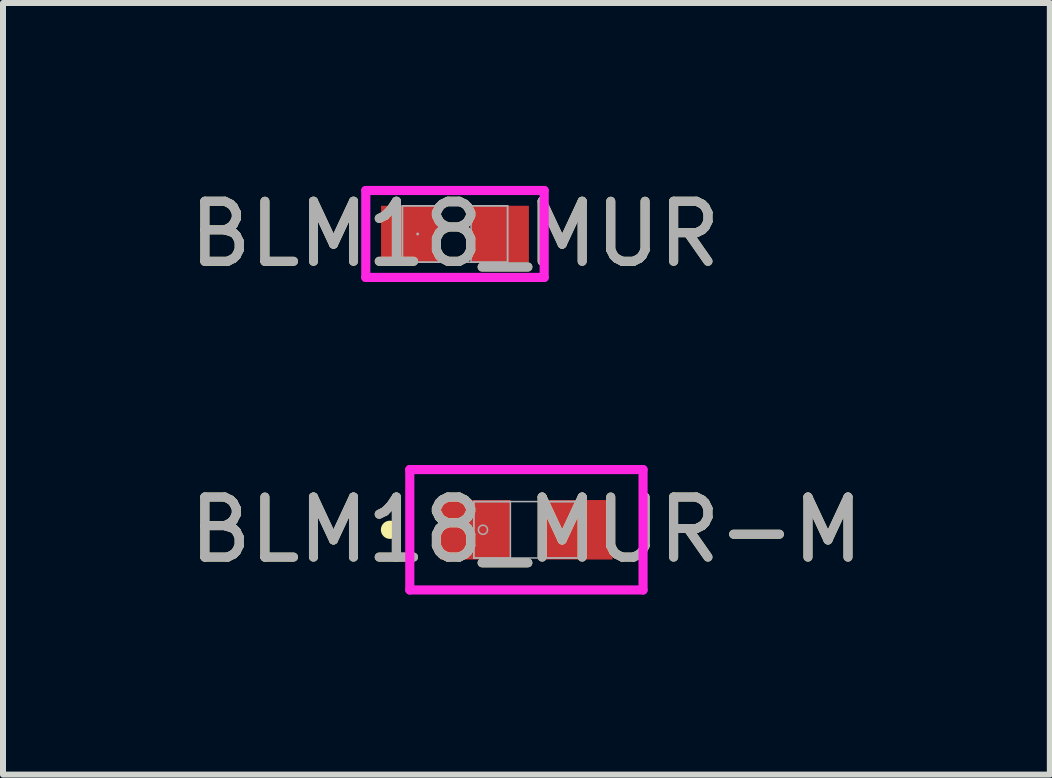
<source format=kicad_pcb>
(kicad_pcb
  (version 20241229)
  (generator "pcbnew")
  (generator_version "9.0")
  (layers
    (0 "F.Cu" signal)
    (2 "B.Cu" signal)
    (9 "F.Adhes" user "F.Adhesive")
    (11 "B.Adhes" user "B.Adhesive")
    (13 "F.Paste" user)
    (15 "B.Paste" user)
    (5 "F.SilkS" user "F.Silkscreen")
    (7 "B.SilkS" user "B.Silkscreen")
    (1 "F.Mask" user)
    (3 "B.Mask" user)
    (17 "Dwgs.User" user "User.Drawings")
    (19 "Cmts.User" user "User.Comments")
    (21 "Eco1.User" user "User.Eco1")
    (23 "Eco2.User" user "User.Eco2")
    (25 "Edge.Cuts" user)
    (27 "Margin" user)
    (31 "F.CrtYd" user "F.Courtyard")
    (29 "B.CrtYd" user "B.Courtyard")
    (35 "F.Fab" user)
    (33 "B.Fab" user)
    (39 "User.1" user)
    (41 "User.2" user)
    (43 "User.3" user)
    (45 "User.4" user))
  (footprint "BLM18_MUR"
    (layer "F.Cu")
    (at 4.53 0.848)
    (property "Reference" "BLM18_MUR" (at 0 0 0) (unlocked yes) (layer "F.SilkS") (effects (font (size 1 1) (thickness 0.15))))
    (attr smd)
    (fp_line (start -1.486 -0.724) (end 1.486 -0.724) (stroke (width 0.152) (type solid)) (layer "F.CrtYd"))
    (fp_line (start -1.486 0.724) (end -1.486 -0.724) (stroke (width 0.152) (type solid)) (layer "F.CrtYd"))
    (fp_line (start 1.486 -0.724) (end 1.486 0.724) (stroke (width 0.152) (type solid)) (layer "F.CrtYd"))
    (fp_line (start 1.486 0.724) (end -1.486 0.724) (stroke (width 0.152) (type solid)) (layer "F.CrtYd"))
    (fp_line (start -0.876 -0.47) (end -0.876 0.47) (stroke (width 0.025) (type solid)) (layer "F.Fab"))
    (fp_line (start -0.876 -0.47) (end -0.876 0.47) (stroke (width 0.025) (type solid)) (layer "F.Fab"))
    (fp_line (start -0.876 0.47) (end -0.267 0.47) (stroke (width 0.025) (type solid)) (layer "F.Fab"))
    (fp_line (start -0.876 0.47) (end 0.876 0.47) (stroke (width 0.025) (type solid)) (layer "F.Fab"))
    (fp_line (start -0.267 -0.47) (end -0.876 -0.47) (stroke (width 0.025) (type solid)) (layer "F.Fab"))
    (fp_line (start -0.267 0.47) (end -0.267 -0.47) (stroke (width 0.025) (type solid)) (layer "F.Fab"))
    (fp_line (start 0.267 -0.47) (end 0.267 0.47) (stroke (width 0.025) (type solid)) (layer "F.Fab"))
    (fp_line (start 0.267 0.47) (end 0.876 0.47) (stroke (width 0.025) (type solid)) (layer "F.Fab"))
    (fp_line (start 0.876 -0.47) (end -0.876 -0.47) (stroke (width 0.025) (type solid)) (layer "F.Fab"))
    (fp_line (start 0.876 -0.47) (end 0.267 -0.47) (stroke (width 0.025) (type solid)) (layer "F.Fab"))
    (fp_line (start 0.876 0.47) (end 0.876 -0.47) (stroke (width 0.025) (type solid)) (layer "F.Fab"))
    (fp_line (start 0.876 0.47) (end 0.876 -0.47) (stroke (width 0.025) (type solid)) (layer "F.Fab"))
    (fp_circle (center -0.622 0) (end -0.622 0) (stroke (width 0.025) (type solid)) (fill no) (layer "F.Fab"))
    (fp_text user "${REFERENCE}" (at 0 0 0) (unlocked yes) (layer "F.Fab") (effects (font (size 1 1) (thickness 0.15))))
    (pad "1" smd rect (at -0.749 0) (size 0.965 0.94) (layers "F.Cu" "F.Mask" "F.Paste"))
    (pad "2" smd rect (at 0.749 0) (size 0.965 0.94) (layers "F.Cu" "F.Mask" "F.Paste"))
    (zone (net_name "") (layer "F.Cu") (hatch full 0.508) (connect_pads) (min_thickness 0.254) (filled_areas_thickness no) (keepout (tracks not_allowed) (vias not_allowed) (pads allowed) (copperpour not_allowed) (footprints allowed)) (placement (enabled no)) (fill) (polygon (pts (xy 4.314 0.429) (xy 4.746 0.429) (xy 4.746 1.267) (xy 4.314 1.267)))))
  (footprint "BLM18_MUR-M"
    (layer "F.Cu")
    (at 5.72 5.776)
    (property "Reference" "BLM18_MUR-M" (at 0 0 0) (unlocked yes) (layer "F.SilkS") (effects (font (size 1 1) (thickness 0.15))))
    (attr smd)
    (fp_circle (center -2.273 0) (end -2.197 0) (stroke (width 0.152) (type solid)) (fill no) (layer "F.SilkS"))
    (fp_line (start -1.943 -1.003) (end 1.943 -1.003) (stroke (width 0.152) (type solid)) (layer "F.CrtYd"))
    (fp_line (start -1.943 1.003) (end -1.943 -1.003) (stroke (width 0.152) (type solid)) (layer "F.CrtYd"))
    (fp_line (start 1.943 -1.003) (end 1.943 1.003) (stroke (width 0.152) (type solid)) (layer "F.CrtYd"))
    (fp_line (start 1.943 1.003) (end -1.943 1.003) (stroke (width 0.152) (type solid)) (layer "F.CrtYd"))
    (fp_line (start -0.876 -0.47) (end -0.876 0.47) (stroke (width 0.025) (type solid)) (layer "F.Fab"))
    (fp_line (start -0.876 -0.47) (end -0.876 0.47) (stroke (width 0.025) (type solid)) (layer "F.Fab"))
    (fp_line (start -0.876 0.47) (end -0.267 0.47) (stroke (width 0.025) (type solid)) (layer "F.Fab"))
    (fp_line (start -0.876 0.47) (end 0.876 0.47) (stroke (width 0.025) (type solid)) (layer "F.Fab"))
    (fp_line (start -0.267 -0.47) (end -0.876 -0.47) (stroke (width 0.025) (type solid)) (layer "F.Fab"))
    (fp_line (start -0.267 0.47) (end -0.267 -0.47) (stroke (width 0.025) (type solid)) (layer "F.Fab"))
    (fp_line (start 0.267 -0.47) (end 0.267 0.47) (stroke (width 0.025) (type solid)) (layer "F.Fab"))
    (fp_line (start 0.267 0.47) (end 0.876 0.47) (stroke (width 0.025) (type solid)) (layer "F.Fab"))
    (fp_line (start 0.876 -0.47) (end -0.876 -0.47) (stroke (width 0.025) (type solid)) (layer "F.Fab"))
    (fp_line (start 0.876 -0.47) (end 0.267 -0.47) (stroke (width 0.025) (type solid)) (layer "F.Fab"))
    (fp_line (start 0.876 0.47) (end 0.876 -0.47) (stroke (width 0.025) (type solid)) (layer "F.Fab"))
    (fp_line (start 0.876 0.47) (end 0.876 -0.47) (stroke (width 0.025) (type solid)) (layer "F.Fab"))
    (fp_circle (center -0.724 0) (end -0.648 0) (stroke (width 0.025) (type solid)) (fill no) (layer "F.Fab"))
    (fp_text user "${REFERENCE}" (at 0 0 0) (unlocked yes) (layer "F.Fab") (effects (font (size 1 1) (thickness 0.15))))
    (pad "1" smd rect (at -0.851 0) (size 1.168 0.991) (layers "F.Cu" "F.Mask" "F.Paste"))
    (pad "2" smd rect (at 0.851 0) (size 1.168 0.991) (layers "F.Cu" "F.Mask" "F.Paste"))
    (zone (net_name "") (layer "F.Cu") (hatch full 0.508) (connect_pads) (min_thickness 0.254) (filled_areas_thickness no) (keepout (tracks not_allowed) (vias not_allowed) (pads allowed) (copperpour not_allowed) (footprints allowed)) (placement (enabled no)) (fill) (polygon (pts (xy 5.504 5.357) (xy 5.936 5.357) (xy 5.936 6.195) (xy 5.504 6.195)))))
  (gr_rect
    (start -3 -3)
    (end 14.44 9.855)
    (stroke (width 0.1) (type default))
    (fill no)
    (layer "Edge.Cuts")))
</source>
